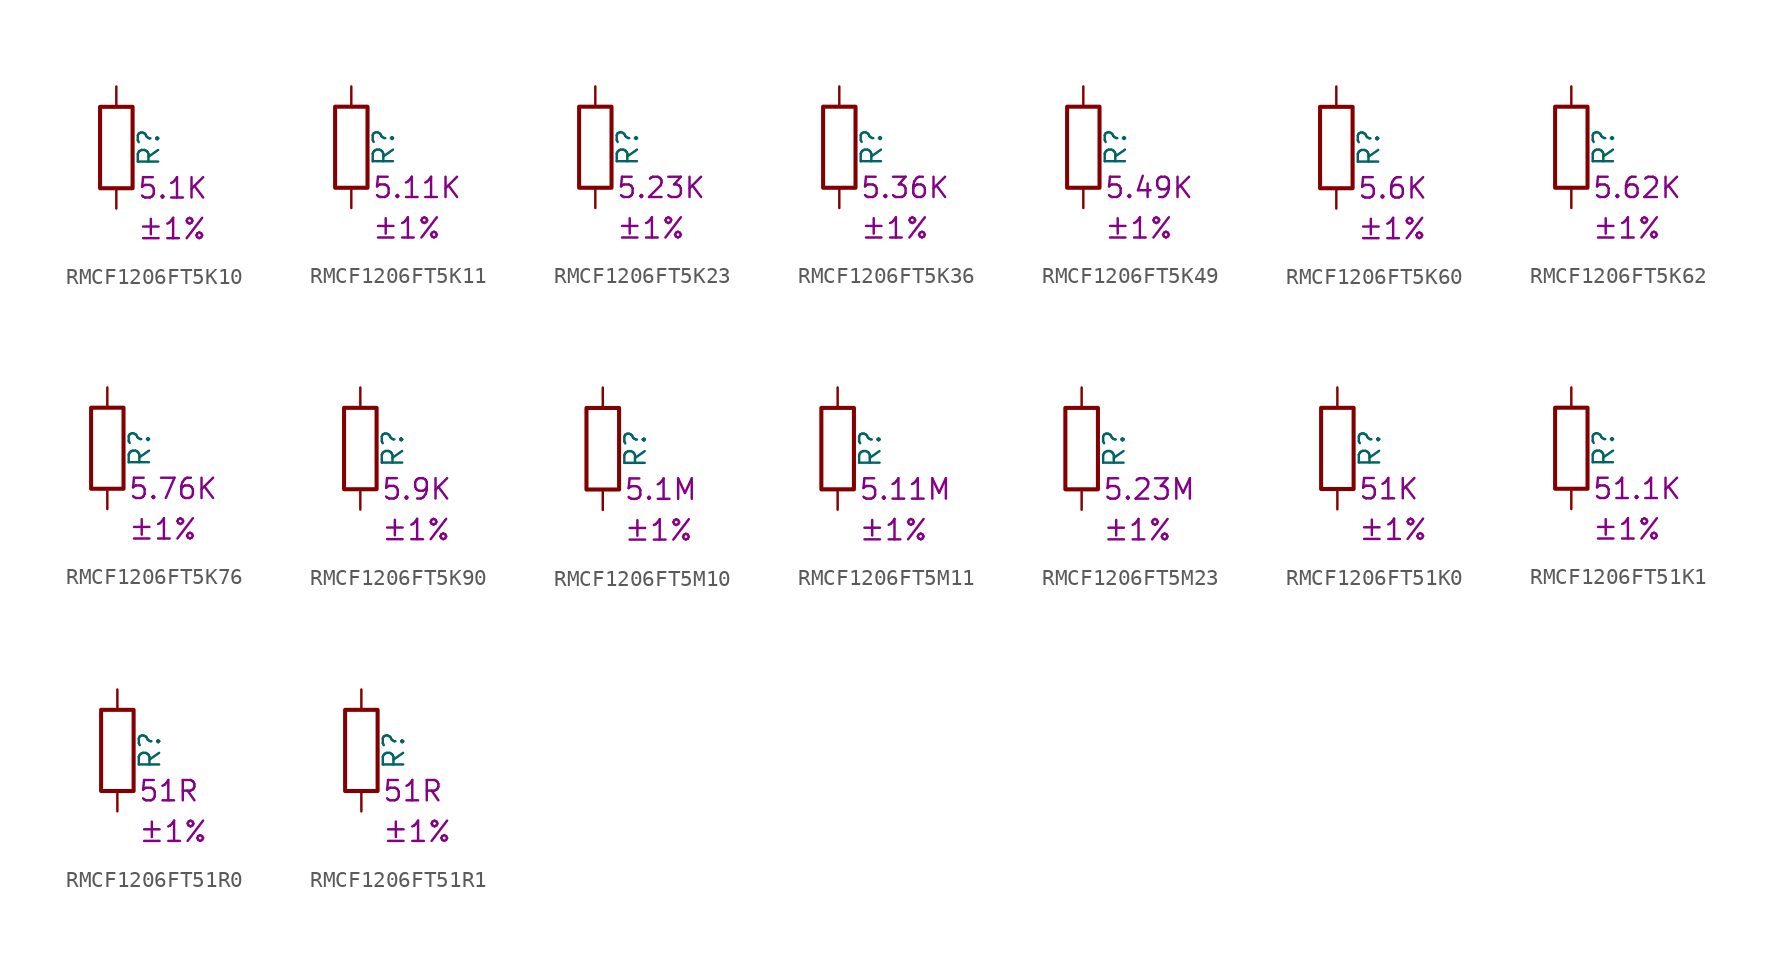
<source format=kicad_sym>
(kicad_symbol_lib
  (version 20220914)
  (generator kicad_symbol_editor)
  (symbol "RMCF1206FT5K10"
    (pin_numbers hide)
    (pin_names
      (offset 0))
    (property "Reference" "R"
      (at 2.032 0 90)
      (effects (font (size 1.27 1.27))))
    (property "Resistance" "5.1K"
      (at 1.27 -2.54 0)
      (effects (font (size 1.27 1.27)) (justify left)))
    (property "Tolerance" "±1%"
      (at 1.27 -5.08 0)
      (effects (font (size 1.27 1.27)) (justify left)))
    (symbol "RMCF1206FT5K10_0_1"
      (rectangle (start -1.016 -2.54) (end 1.016 2.54) (stroke (width 0.254) (type default)) (fill (type none))))
    (symbol "RMCF1206FT5K10_1_1"
      (pin passive line (at 0 3.81 270) (length 1.27) (name "~" (effects (font (size 1.27 1.27)))) (number "1" (effects (font (size 1.27 1.27)))))
      (pin passive line (at 0 -3.81 90) (length 1.27) (name "~" (effects (font (size 1.27 1.27)))) (number "2" (effects (font (size 1.27 1.27)))))))
  (symbol "RMCF1206FT5K11"
    (pin_numbers hide)
    (pin_names
      (offset 0))
    (property "Reference" "R"
      (at 2.032 0 90)
      (effects (font (size 1.27 1.27))))
    (property "Resistance" "5.11K"
      (at 1.27 -2.54 0)
      (effects (font (size 1.27 1.27)) (justify left)))
    (property "Tolerance" "±1%"
      (at 1.27 -5.08 0)
      (effects (font (size 1.27 1.27)) (justify left)))
    (symbol "RMCF1206FT5K11_0_1"
      (rectangle (start -1.016 -2.54) (end 1.016 2.54) (stroke (width 0.254) (type default)) (fill (type none))))
    (symbol "RMCF1206FT5K11_1_1"
      (pin passive line (at 0 3.81 270) (length 1.27) (name "~" (effects (font (size 1.27 1.27)))) (number "1" (effects (font (size 1.27 1.27)))))
      (pin passive line (at 0 -3.81 90) (length 1.27) (name "~" (effects (font (size 1.27 1.27)))) (number "2" (effects (font (size 1.27 1.27)))))))
  (symbol "RMCF1206FT5K23"
    (pin_numbers hide)
    (pin_names
      (offset 0))
    (property "Reference" "R"
      (at 2.032 0 90)
      (effects (font (size 1.27 1.27))))
    (property "Resistance" "5.23K"
      (at 1.27 -2.54 0)
      (effects (font (size 1.27 1.27)) (justify left)))
    (property "Tolerance" "±1%"
      (at 1.27 -5.08 0)
      (effects (font (size 1.27 1.27)) (justify left)))
    (symbol "RMCF1206FT5K23_0_1"
      (rectangle (start -1.016 -2.54) (end 1.016 2.54) (stroke (width 0.254) (type default)) (fill (type none))))
    (symbol "RMCF1206FT5K23_1_1"
      (pin passive line (at 0 3.81 270) (length 1.27) (name "~" (effects (font (size 1.27 1.27)))) (number "1" (effects (font (size 1.27 1.27)))))
      (pin passive line (at 0 -3.81 90) (length 1.27) (name "~" (effects (font (size 1.27 1.27)))) (number "2" (effects (font (size 1.27 1.27)))))))
  (symbol "RMCF1206FT5K36"
    (pin_numbers hide)
    (pin_names
      (offset 0))
    (property "Reference" "R"
      (at 2.032 0 90)
      (effects (font (size 1.27 1.27))))
    (property "Resistance" "5.36K"
      (at 1.27 -2.54 0)
      (effects (font (size 1.27 1.27)) (justify left)))
    (property "Tolerance" "±1%"
      (at 1.27 -5.08 0)
      (effects (font (size 1.27 1.27)) (justify left)))
    (symbol "RMCF1206FT5K36_0_1"
      (rectangle (start -1.016 -2.54) (end 1.016 2.54) (stroke (width 0.254) (type default)) (fill (type none))))
    (symbol "RMCF1206FT5K36_1_1"
      (pin passive line (at 0 3.81 270) (length 1.27) (name "~" (effects (font (size 1.27 1.27)))) (number "1" (effects (font (size 1.27 1.27)))))
      (pin passive line (at 0 -3.81 90) (length 1.27) (name "~" (effects (font (size 1.27 1.27)))) (number "2" (effects (font (size 1.27 1.27)))))))
  (symbol "RMCF1206FT5K49"
    (pin_numbers hide)
    (pin_names
      (offset 0))
    (property "Reference" "R"
      (at 2.032 0 90)
      (effects (font (size 1.27 1.27))))
    (property "Resistance" "5.49K"
      (at 1.27 -2.54 0)
      (effects (font (size 1.27 1.27)) (justify left)))
    (property "Tolerance" "±1%"
      (at 1.27 -5.08 0)
      (effects (font (size 1.27 1.27)) (justify left)))
    (symbol "RMCF1206FT5K49_0_1"
      (rectangle (start -1.016 -2.54) (end 1.016 2.54) (stroke (width 0.254) (type default)) (fill (type none))))
    (symbol "RMCF1206FT5K49_1_1"
      (pin passive line (at 0 3.81 270) (length 1.27) (name "~" (effects (font (size 1.27 1.27)))) (number "1" (effects (font (size 1.27 1.27)))))
      (pin passive line (at 0 -3.81 90) (length 1.27) (name "~" (effects (font (size 1.27 1.27)))) (number "2" (effects (font (size 1.27 1.27)))))))
  (symbol "RMCF1206FT5K60"
    (pin_numbers hide)
    (pin_names
      (offset 0))
    (property "Reference" "R"
      (at 2.032 0 90)
      (effects (font (size 1.27 1.27))))
    (property "Resistance" "5.6K"
      (at 1.27 -2.54 0)
      (effects (font (size 1.27 1.27)) (justify left)))
    (property "Tolerance" "±1%"
      (at 1.27 -5.08 0)
      (effects (font (size 1.27 1.27)) (justify left)))
    (symbol "RMCF1206FT5K60_0_1"
      (rectangle (start -1.016 -2.54) (end 1.016 2.54) (stroke (width 0.254) (type default)) (fill (type none))))
    (symbol "RMCF1206FT5K60_1_1"
      (pin passive line (at 0 3.81 270) (length 1.27) (name "~" (effects (font (size 1.27 1.27)))) (number "1" (effects (font (size 1.27 1.27)))))
      (pin passive line (at 0 -3.81 90) (length 1.27) (name "~" (effects (font (size 1.27 1.27)))) (number "2" (effects (font (size 1.27 1.27)))))))
  (symbol "RMCF1206FT5K62"
    (pin_numbers hide)
    (pin_names
      (offset 0))
    (property "Reference" "R"
      (at 2.032 0 90)
      (effects (font (size 1.27 1.27))))
    (property "Resistance" "5.62K"
      (at 1.27 -2.54 0)
      (effects (font (size 1.27 1.27)) (justify left)))
    (property "Tolerance" "±1%"
      (at 1.27 -5.08 0)
      (effects (font (size 1.27 1.27)) (justify left)))
    (symbol "RMCF1206FT5K62_0_1"
      (rectangle (start -1.016 -2.54) (end 1.016 2.54) (stroke (width 0.254) (type default)) (fill (type none))))
    (symbol "RMCF1206FT5K62_1_1"
      (pin passive line (at 0 3.81 270) (length 1.27) (name "~" (effects (font (size 1.27 1.27)))) (number "1" (effects (font (size 1.27 1.27)))))
      (pin passive line (at 0 -3.81 90) (length 1.27) (name "~" (effects (font (size 1.27 1.27)))) (number "2" (effects (font (size 1.27 1.27)))))))
  (symbol "RMCF1206FT5K76"
    (pin_numbers hide)
    (pin_names
      (offset 0))
    (property "Reference" "R"
      (at 2.032 0 90)
      (effects (font (size 1.27 1.27))))
    (property "Resistance" "5.76K"
      (at 1.27 -2.54 0)
      (effects (font (size 1.27 1.27)) (justify left)))
    (property "Tolerance" "±1%"
      (at 1.27 -5.08 0)
      (effects (font (size 1.27 1.27)) (justify left)))
    (symbol "RMCF1206FT5K76_0_1"
      (rectangle (start -1.016 -2.54) (end 1.016 2.54) (stroke (width 0.254) (type default)) (fill (type none))))
    (symbol "RMCF1206FT5K76_1_1"
      (pin passive line (at 0 3.81 270) (length 1.27) (name "~" (effects (font (size 1.27 1.27)))) (number "1" (effects (font (size 1.27 1.27)))))
      (pin passive line (at 0 -3.81 90) (length 1.27) (name "~" (effects (font (size 1.27 1.27)))) (number "2" (effects (font (size 1.27 1.27)))))))
  (symbol "RMCF1206FT5K90"
    (pin_numbers hide)
    (pin_names
      (offset 0))
    (property "Reference" "R"
      (at 2.032 0 90)
      (effects (font (size 1.27 1.27))))
    (property "Resistance" "5.9K"
      (at 1.27 -2.54 0)
      (effects (font (size 1.27 1.27)) (justify left)))
    (property "Tolerance" "±1%"
      (at 1.27 -5.08 0)
      (effects (font (size 1.27 1.27)) (justify left)))
    (symbol "RMCF1206FT5K90_0_1"
      (rectangle (start -1.016 -2.54) (end 1.016 2.54) (stroke (width 0.254) (type default)) (fill (type none))))
    (symbol "RMCF1206FT5K90_1_1"
      (pin passive line (at 0 3.81 270) (length 1.27) (name "~" (effects (font (size 1.27 1.27)))) (number "1" (effects (font (size 1.27 1.27)))))
      (pin passive line (at 0 -3.81 90) (length 1.27) (name "~" (effects (font (size 1.27 1.27)))) (number "2" (effects (font (size 1.27 1.27)))))))
  (symbol "RMCF1206FT5M10"
    (pin_numbers hide)
    (pin_names
      (offset 0))
    (property "Reference" "R"
      (at 2.032 0 90)
      (effects (font (size 1.27 1.27))))
    (property "Resistance" "5.1M"
      (at 1.27 -2.54 0)
      (effects (font (size 1.27 1.27)) (justify left)))
    (property "Tolerance" "±1%"
      (at 1.27 -5.08 0)
      (effects (font (size 1.27 1.27)) (justify left)))
    (symbol "RMCF1206FT5M10_0_1"
      (rectangle (start -1.016 -2.54) (end 1.016 2.54) (stroke (width 0.254) (type default)) (fill (type none))))
    (symbol "RMCF1206FT5M10_1_1"
      (pin passive line (at 0 3.81 270) (length 1.27) (name "~" (effects (font (size 1.27 1.27)))) (number "1" (effects (font (size 1.27 1.27)))))
      (pin passive line (at 0 -3.81 90) (length 1.27) (name "~" (effects (font (size 1.27 1.27)))) (number "2" (effects (font (size 1.27 1.27)))))))
  (symbol "RMCF1206FT5M11"
    (pin_numbers hide)
    (pin_names
      (offset 0))
    (property "Reference" "R"
      (at 2.032 0 90)
      (effects (font (size 1.27 1.27))))
    (property "Resistance" "5.11M"
      (at 1.27 -2.54 0)
      (effects (font (size 1.27 1.27)) (justify left)))
    (property "Tolerance" "±1%"
      (at 1.27 -5.08 0)
      (effects (font (size 1.27 1.27)) (justify left)))
    (symbol "RMCF1206FT5M11_0_1"
      (rectangle (start -1.016 -2.54) (end 1.016 2.54) (stroke (width 0.254) (type default)) (fill (type none))))
    (symbol "RMCF1206FT5M11_1_1"
      (pin passive line (at 0 3.81 270) (length 1.27) (name "~" (effects (font (size 1.27 1.27)))) (number "1" (effects (font (size 1.27 1.27)))))
      (pin passive line (at 0 -3.81 90) (length 1.27) (name "~" (effects (font (size 1.27 1.27)))) (number "2" (effects (font (size 1.27 1.27)))))))
  (symbol "RMCF1206FT5M23"
    (pin_numbers hide)
    (pin_names
      (offset 0))
    (property "Reference" "R"
      (at 2.032 0 90)
      (effects (font (size 1.27 1.27))))
    (property "Resistance" "5.23M"
      (at 1.27 -2.54 0)
      (effects (font (size 1.27 1.27)) (justify left)))
    (property "Tolerance" "±1%"
      (at 1.27 -5.08 0)
      (effects (font (size 1.27 1.27)) (justify left)))
    (symbol "RMCF1206FT5M23_0_1"
      (rectangle (start -1.016 -2.54) (end 1.016 2.54) (stroke (width 0.254) (type default)) (fill (type none))))
    (symbol "RMCF1206FT5M23_1_1"
      (pin passive line (at 0 3.81 270) (length 1.27) (name "~" (effects (font (size 1.27 1.27)))) (number "1" (effects (font (size 1.27 1.27)))))
      (pin passive line (at 0 -3.81 90) (length 1.27) (name "~" (effects (font (size 1.27 1.27)))) (number "2" (effects (font (size 1.27 1.27)))))))
  (symbol "RMCF1206FT51K0"
    (pin_numbers hide)
    (pin_names
      (offset 0))
    (property "Reference" "R"
      (at 2.032 0 90)
      (effects (font (size 1.27 1.27))))
    (property "Resistance" "51K"
      (at 1.27 -2.54 0)
      (effects (font (size 1.27 1.27)) (justify left)))
    (property "Tolerance" "±1%"
      (at 1.27 -5.08 0)
      (effects (font (size 1.27 1.27)) (justify left)))
    (symbol "RMCF1206FT51K0_0_1"
      (rectangle (start -1.016 -2.54) (end 1.016 2.54) (stroke (width 0.254) (type default)) (fill (type none))))
    (symbol "RMCF1206FT51K0_1_1"
      (pin passive line (at 0 3.81 270) (length 1.27) (name "~" (effects (font (size 1.27 1.27)))) (number "1" (effects (font (size 1.27 1.27)))))
      (pin passive line (at 0 -3.81 90) (length 1.27) (name "~" (effects (font (size 1.27 1.27)))) (number "2" (effects (font (size 1.27 1.27)))))))
  (symbol "RMCF1206FT51K1"
    (pin_numbers hide)
    (pin_names
      (offset 0))
    (property "Reference" "R"
      (at 2.032 0 90)
      (effects (font (size 1.27 1.27))))
    (property "Resistance" "51.1K"
      (at 1.27 -2.54 0)
      (effects (font (size 1.27 1.27)) (justify left)))
    (property "Tolerance" "±1%"
      (at 1.27 -5.08 0)
      (effects (font (size 1.27 1.27)) (justify left)))
    (symbol "RMCF1206FT51K1_0_1"
      (rectangle (start -1.016 -2.54) (end 1.016 2.54) (stroke (width 0.254) (type default)) (fill (type none))))
    (symbol "RMCF1206FT51K1_1_1"
      (pin passive line (at 0 3.81 270) (length 1.27) (name "~" (effects (font (size 1.27 1.27)))) (number "1" (effects (font (size 1.27 1.27)))))
      (pin passive line (at 0 -3.81 90) (length 1.27) (name "~" (effects (font (size 1.27 1.27)))) (number "2" (effects (font (size 1.27 1.27)))))))
  (symbol "RMCF1206FT51R0"
    (pin_numbers hide)
    (pin_names
      (offset 0))
    (property "Reference" "R"
      (at 2.032 0 90)
      (effects (font (size 1.27 1.27))))
    (property "Resistance" "51R"
      (at 1.27 -2.54 0)
      (effects (font (size 1.27 1.27)) (justify left)))
    (property "Tolerance" "±1%"
      (at 1.27 -5.08 0)
      (effects (font (size 1.27 1.27)) (justify left)))
    (symbol "RMCF1206FT51R0_0_1"
      (rectangle (start -1.016 -2.54) (end 1.016 2.54) (stroke (width 0.254) (type default)) (fill (type none))))
    (symbol "RMCF1206FT51R0_1_1"
      (pin passive line (at 0 3.81 270) (length 1.27) (name "~" (effects (font (size 1.27 1.27)))) (number "1" (effects (font (size 1.27 1.27)))))
      (pin passive line (at 0 -3.81 90) (length 1.27) (name "~" (effects (font (size 1.27 1.27)))) (number "2" (effects (font (size 1.27 1.27)))))))
  (symbol "RMCF1206FT51R1"
    (pin_numbers hide)
    (pin_names
      (offset 0))
    (property "Reference" "R"
      (at 2.032 0 90)
      (effects (font (size 1.27 1.27))))
    (property "Resistance" "51R"
      (at 1.27 -2.54 0)
      (effects (font (size 1.27 1.27)) (justify left)))
    (property "Tolerance" "±1%"
      (at 1.27 -5.08 0)
      (effects (font (size 1.27 1.27)) (justify left)))
    (symbol "RMCF1206FT51R1_0_1"
      (rectangle (start -1.016 -2.54) (end 1.016 2.54) (stroke (width 0.254) (type default)) (fill (type none))))
    (symbol "RMCF1206FT51R1_1_1"
      (pin passive line (at 0 3.81 270) (length 1.27) (name "~" (effects (font (size 1.27 1.27)))) (number "1" (effects (font (size 1.27 1.27)))))
      (pin passive line (at 0 -3.81 90) (length 1.27) (name "~" (effects (font (size 1.27 1.27)))) (number "2" (effects (font (size 1.27 1.27))))))))
</source>
